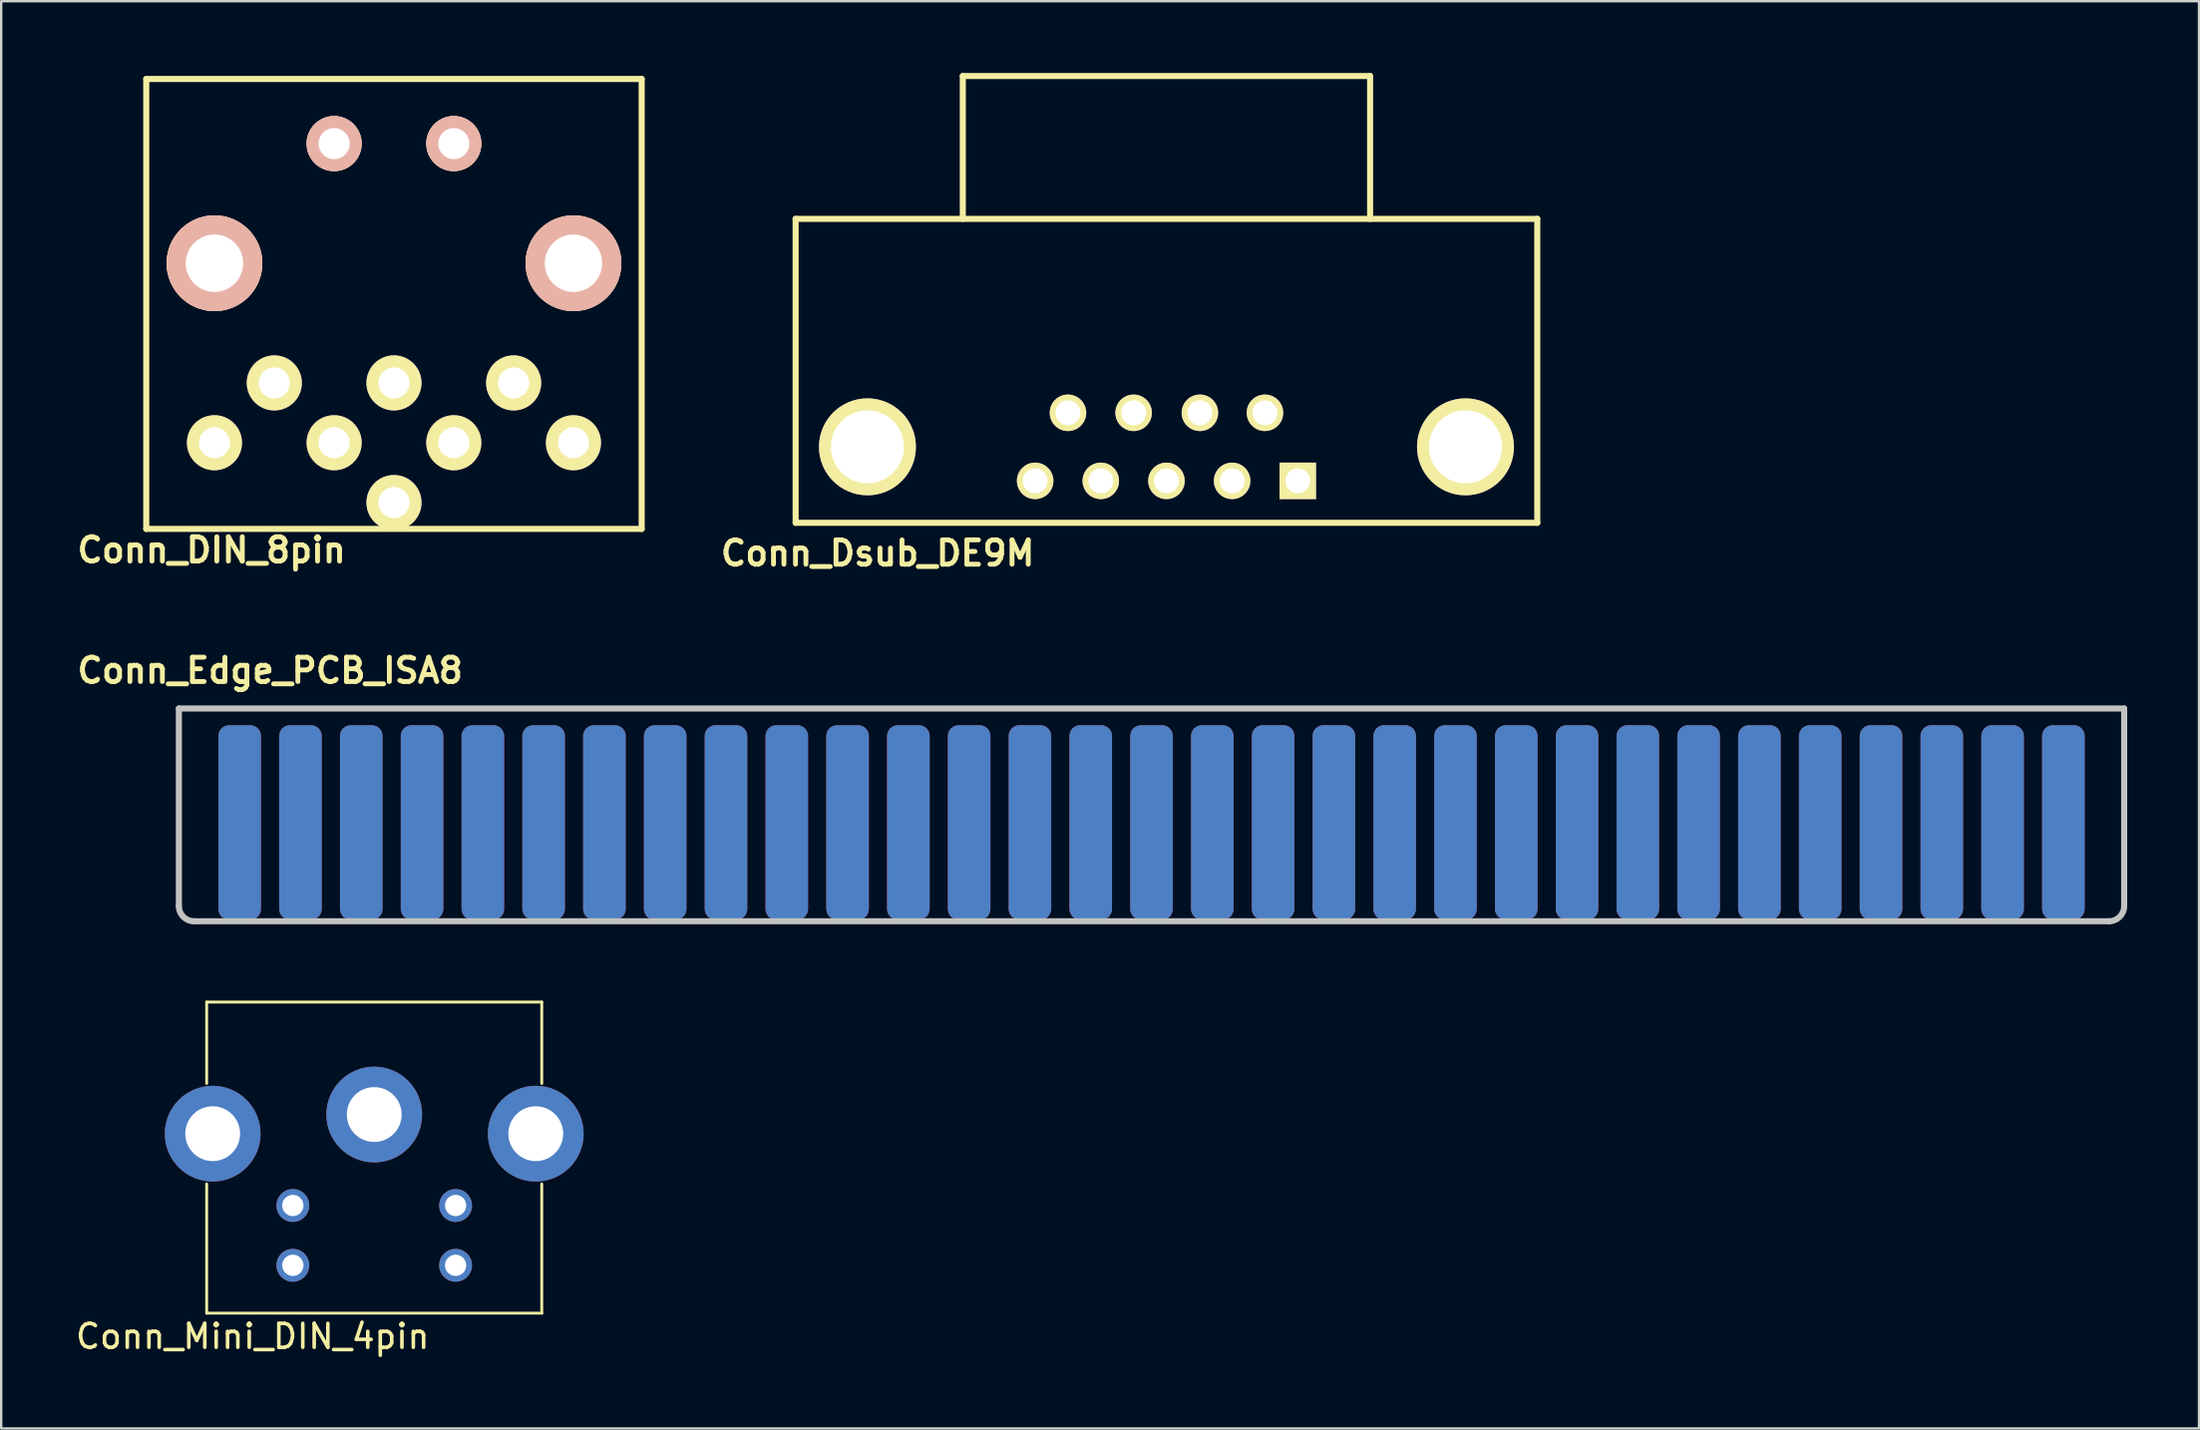
<source format=kicad_pcb>
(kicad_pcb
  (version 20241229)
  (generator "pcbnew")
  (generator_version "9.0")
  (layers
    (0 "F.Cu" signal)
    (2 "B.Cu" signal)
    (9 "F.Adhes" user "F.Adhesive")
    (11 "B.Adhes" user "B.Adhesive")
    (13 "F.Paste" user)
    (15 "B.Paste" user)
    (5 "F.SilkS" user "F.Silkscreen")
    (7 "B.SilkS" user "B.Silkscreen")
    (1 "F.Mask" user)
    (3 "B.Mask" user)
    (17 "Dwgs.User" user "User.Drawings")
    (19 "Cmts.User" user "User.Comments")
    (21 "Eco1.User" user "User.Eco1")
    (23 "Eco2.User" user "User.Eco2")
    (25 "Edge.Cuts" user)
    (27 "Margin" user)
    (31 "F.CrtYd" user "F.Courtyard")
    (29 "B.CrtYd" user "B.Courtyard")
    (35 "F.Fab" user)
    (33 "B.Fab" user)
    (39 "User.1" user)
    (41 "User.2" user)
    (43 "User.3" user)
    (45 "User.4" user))
  (footprint "Conn_Dsub_DE9M"
    (layer "F.Cu")
    (at 45.688 15.621)
    (property "Reference" "Conn_Dsub_DE9M" (at -12.065 4.445 0) (layer "F.SilkS") (effects (font (size 1.016 1.016) (thickness 0.203))))
    (attr through_hole)
    (fp_line (start -15.494 -9.525) (end 15.494 -9.525) (stroke (width 0.254) (type solid)) (layer "F.SilkS"))
    (fp_line (start -15.494 3.175) (end -15.494 -9.525) (stroke (width 0.254) (type solid)) (layer "F.SilkS"))
    (fp_line (start -15.494 3.175) (end 15.494 3.175) (stroke (width 0.254) (type solid)) (layer "F.SilkS"))
    (fp_line (start -8.509 -15.494) (end 8.509 -15.494) (stroke (width 0.254) (type solid)) (layer "F.SilkS"))
    (fp_line (start -8.509 -9.525) (end -8.509 -15.494) (stroke (width 0.254) (type solid)) (layer "F.SilkS"))
    (fp_line (start 8.509 -15.494) (end 8.509 -9.525) (stroke (width 0.254) (type solid)) (layer "F.SilkS"))
    (fp_line (start 15.494 -9.525) (end 15.494 3.175) (stroke (width 0.254) (type solid)) (layer "F.SilkS"))
    (pad "1" thru_hole rect (at 5.486 1.422) (size 1.524 1.524) (drill 1.041) (layers "*.Cu" "*.Mask" "F.SilkS"))
    (pad "2" thru_hole circle (at 2.743 1.422) (size 1.524 1.524) (drill 1.041) (layers "*.Cu" "*.Mask" "F.SilkS"))
    (pad "3" thru_hole circle (at 0 1.422) (size 1.524 1.524) (drill 1.041) (layers "*.Cu" "*.Mask" "F.SilkS"))
    (pad "4" thru_hole circle (at -2.743 1.422) (size 1.524 1.524) (drill 1.041) (layers "*.Cu" "*.Mask" "F.SilkS"))
    (pad "5" thru_hole circle (at -5.486 1.422) (size 1.524 1.524) (drill 1.041) (layers "*.Cu" "*.Mask" "F.SilkS"))
    (pad "6" thru_hole circle (at 4.115 -1.422) (size 1.524 1.524) (drill 1.041) (layers "*.Cu" "*.Mask" "F.SilkS"))
    (pad "7" thru_hole circle (at 1.397 -1.422) (size 1.524 1.524) (drill 1.041) (layers "*.Cu" "*.Mask" "F.SilkS"))
    (pad "8" thru_hole circle (at -1.372 -1.422) (size 1.524 1.524) (drill 1.041) (layers "*.Cu" "*.Mask" "F.SilkS"))
    (pad "9" thru_hole circle (at -4.115 -1.422) (size 1.524 1.524) (drill 1.041) (layers "*.Cu" "*.Mask" "F.SilkS"))
    (pad "GND" thru_hole circle (at -12.494 0) (size 4.049 4.049) (drill 3.051) (layers "*.Cu" "*.Mask" "F.SilkS"))
    (pad "GND" thru_hole circle (at 12.494 0) (size 4.049 4.049) (drill 3.051) (layers "*.Cu" "*.Mask" "F.SilkS")))
  (footprint "Conn_Edge_PCB_ISA8"
    (layer "F.Cu")
    (at 45.064 31.318)
    (property "Reference" "Conn_Edge_PCB_ISA8" (at -36.83 -6.35 0) (layer "F.SilkS") (effects (font (size 1.016 1.016) (thickness 0.203))))
    (attr through_hole)
    (fp_line (start -40.64 3.493) (end -40.64 -4.763) (stroke (width 0.254) (type solid)) (layer "Dwgs.User"))
    (fp_line (start 40.005 4.128) (end -40.005 4.128) (stroke (width 0.254) (type solid)) (layer "Dwgs.User"))
    (fp_line (start 40.64 -4.763) (end -40.64 -4.763) (stroke (width 0.254) (type solid)) (layer "Dwgs.User"))
    (fp_line (start 40.64 3.493) (end 40.64 -4.763) (stroke (width 0.254) (type solid)) (layer "Dwgs.User"))
    (fp_arc (start -40.005 4.1275) (mid -40.454013 3.941513) (end -40.64 3.4925) (stroke (width 0.254) (type solid)) (layer "Dwgs.User"))
    (fp_arc (start 40.64 3.4925) (mid 40.454013 3.941513) (end 40.005 4.1275) (stroke (width 0.254) (type solid)) (layer "Dwgs.User"))
    (pad "1" connect roundrect (at 38.1 0) (size 1.778 8.128) (layers "B.Cu" "B.Mask") (roundrect_rratio 0.25))
    (pad "2" connect roundrect (at 35.56 0) (size 1.778 8.128) (layers "B.Cu" "B.Mask") (roundrect_rratio 0.25))
    (pad "3" connect roundrect (at 33.02 0) (size 1.778 8.128) (layers "B.Cu" "B.Mask") (roundrect_rratio 0.25))
    (pad "4" connect roundrect (at 30.48 0) (size 1.778 8.128) (layers "B.Cu" "B.Mask") (roundrect_rratio 0.25))
    (pad "5" connect roundrect (at 27.94 0) (size 1.778 8.128) (layers "B.Cu" "B.Mask") (roundrect_rratio 0.25))
    (pad "6" connect roundrect (at 25.4 0) (size 1.778 8.128) (layers "B.Cu" "B.Mask") (roundrect_rratio 0.25))
    (pad "7" connect roundrect (at 22.86 0) (size 1.778 8.128) (layers "B.Cu" "B.Mask") (roundrect_rratio 0.25))
    (pad "8" connect roundrect (at 20.32 0) (size 1.778 8.128) (layers "B.Cu" "B.Mask") (roundrect_rratio 0.25))
    (pad "9" connect roundrect (at 17.78 0) (size 1.778 8.128) (layers "B.Cu" "B.Mask") (roundrect_rratio 0.25))
    (pad "10" connect roundrect (at 15.24 0) (size 1.778 8.128) (layers "B.Cu" "B.Mask") (roundrect_rratio 0.25))
    (pad "11" connect roundrect (at 12.7 0) (size 1.778 8.128) (layers "B.Cu" "B.Mask") (roundrect_rratio 0.25))
    (pad "12" connect roundrect (at 10.16 0) (size 1.778 8.128) (layers "B.Cu" "B.Mask") (roundrect_rratio 0.25))
    (pad "13" connect roundrect (at 7.62 0) (size 1.778 8.128) (layers "B.Cu" "B.Mask") (roundrect_rratio 0.25))
    (pad "14" connect roundrect (at 5.08 0) (size 1.778 8.128) (layers "B.Cu" "B.Mask") (roundrect_rratio 0.25))
    (pad "15" connect roundrect (at 2.54 0) (size 1.778 8.128) (layers "B.Cu" "B.Mask") (roundrect_rratio 0.25))
    (pad "16" connect roundrect (at 0 0) (size 1.778 8.128) (layers "B.Cu" "B.Mask") (roundrect_rratio 0.25))
    (pad "17" connect roundrect (at -2.54 0) (size 1.778 8.128) (layers "B.Cu" "B.Mask") (roundrect_rratio 0.25))
    (pad "18" connect roundrect (at -5.08 0) (size 1.778 8.128) (layers "B.Cu" "B.Mask") (roundrect_rratio 0.25))
    (pad "19" connect roundrect (at -7.62 0) (size 1.778 8.128) (layers "B.Cu" "B.Mask") (roundrect_rratio 0.25))
    (pad "20" connect roundrect (at -10.16 0) (size 1.778 8.128) (layers "B.Cu" "B.Mask") (roundrect_rratio 0.25))
    (pad "21" connect roundrect (at -12.7 0) (size 1.778 8.128) (layers "B.Cu" "B.Mask") (roundrect_rratio 0.25))
    (pad "22" connect roundrect (at -15.24 0) (size 1.778 8.128) (layers "B.Cu" "B.Mask") (roundrect_rratio 0.25))
    (pad "23" connect roundrect (at -17.78 0) (size 1.778 8.128) (layers "B.Cu" "B.Mask") (roundrect_rratio 0.25))
    (pad "24" connect roundrect (at -20.32 0) (size 1.778 8.128) (layers "B.Cu" "B.Mask") (roundrect_rratio 0.25))
    (pad "25" connect roundrect (at -22.86 0) (size 1.778 8.128) (layers "B.Cu" "B.Mask") (roundrect_rratio 0.25))
    (pad "26" connect roundrect (at -25.4 0) (size 1.778 8.128) (layers "B.Cu" "B.Mask") (roundrect_rratio 0.25))
    (pad "27" connect roundrect (at -27.94 0) (size 1.778 8.128) (layers "B.Cu" "B.Mask") (roundrect_rratio 0.25))
    (pad "28" connect roundrect (at -30.48 0) (size 1.778 8.128) (layers "B.Cu" "B.Mask") (roundrect_rratio 0.25))
    (pad "29" connect roundrect (at -33.02 0) (size 1.778 8.128) (layers "B.Cu" "B.Mask") (roundrect_rratio 0.25))
    (pad "30" connect roundrect (at -35.56 0) (size 1.778 8.128) (layers "B.Cu" "B.Mask") (roundrect_rratio 0.25))
    (pad "31" connect roundrect (at -38.1 0) (size 1.778 8.128) (layers "B.Cu" "B.Mask") (roundrect_rratio 0.25))
    (pad "32" connect roundrect (at 38.1 0) (size 1.778 8.128) (layers "F.Cu" "F.Mask") (roundrect_rratio 0.25))
    (pad "33" connect roundrect (at 35.56 0) (size 1.778 8.128) (layers "F.Cu" "F.Mask") (roundrect_rratio 0.25))
    (pad "34" connect roundrect (at 33.02 0) (size 1.778 8.128) (layers "F.Cu" "F.Mask") (roundrect_rratio 0.25))
    (pad "35" connect roundrect (at 30.48 0) (size 1.778 8.128) (layers "F.Cu" "F.Mask") (roundrect_rratio 0.25))
    (pad "36" connect roundrect (at 27.94 0) (size 1.778 8.128) (layers "F.Cu" "F.Mask") (roundrect_rratio 0.25))
    (pad "37" connect roundrect (at 25.4 0) (size 1.778 8.128) (layers "F.Cu" "F.Mask") (roundrect_rratio 0.25))
    (pad "38" connect roundrect (at 22.86 0) (size 1.778 8.128) (layers "F.Cu" "F.Mask") (roundrect_rratio 0.25))
    (pad "39" connect roundrect (at 20.32 0) (size 1.778 8.128) (layers "F.Cu" "F.Mask") (roundrect_rratio 0.25))
    (pad "40" connect roundrect (at 17.78 0) (size 1.778 8.128) (layers "F.Cu" "F.Mask") (roundrect_rratio 0.25))
    (pad "41" connect roundrect (at 15.24 0) (size 1.778 8.128) (layers "F.Cu" "F.Mask") (roundrect_rratio 0.25))
    (pad "42" connect roundrect (at 12.7 0) (size 1.778 8.128) (layers "F.Cu" "F.Mask") (roundrect_rratio 0.25))
    (pad "43" connect roundrect (at 10.16 0) (size 1.778 8.128) (layers "F.Cu" "F.Mask") (roundrect_rratio 0.25))
    (pad "44" connect roundrect (at 7.62 0) (size 1.778 8.128) (layers "F.Cu" "F.Mask") (roundrect_rratio 0.25))
    (pad "45" connect roundrect (at 5.08 0) (size 1.778 8.128) (layers "F.Cu" "F.Mask") (roundrect_rratio 0.25))
    (pad "46" connect roundrect (at 2.54 0) (size 1.778 8.128) (layers "F.Cu" "F.Mask") (roundrect_rratio 0.25))
    (pad "47" connect roundrect (at 0 0) (size 1.778 8.128) (layers "F.Cu" "F.Mask") (roundrect_rratio 0.25))
    (pad "48" connect roundrect (at -2.54 0) (size 1.778 8.128) (layers "F.Cu" "F.Mask") (roundrect_rratio 0.25))
    (pad "49" connect roundrect (at -5.08 0) (size 1.778 8.128) (layers "F.Cu" "F.Mask") (roundrect_rratio 0.25))
    (pad "50" connect roundrect (at -7.62 0) (size 1.778 8.128) (layers "F.Cu" "F.Mask") (roundrect_rratio 0.25))
    (pad "51" connect roundrect (at -10.16 0) (size 1.778 8.128) (layers "F.Cu" "F.Mask") (roundrect_rratio 0.25))
    (pad "52" connect roundrect (at -12.7 0) (size 1.778 8.128) (layers "F.Cu" "F.Mask") (roundrect_rratio 0.25))
    (pad "53" connect roundrect (at -15.24 0) (size 1.778 8.128) (layers "F.Cu" "F.Mask") (roundrect_rratio 0.25))
    (pad "54" connect roundrect (at -17.78 0) (size 1.778 8.128) (layers "F.Cu" "F.Mask") (roundrect_rratio 0.25))
    (pad "55" connect roundrect (at -20.32 0) (size 1.778 8.128) (layers "F.Cu" "F.Mask") (roundrect_rratio 0.25))
    (pad "56" connect roundrect (at -22.86 0) (size 1.778 8.128) (layers "F.Cu" "F.Mask") (roundrect_rratio 0.25))
    (pad "57" connect roundrect (at -25.4 0) (size 1.778 8.128) (layers "F.Cu" "F.Mask") (roundrect_rratio 0.25))
    (pad "58" connect roundrect (at -27.94 0) (size 1.778 8.128) (layers "F.Cu" "F.Mask") (roundrect_rratio 0.25))
    (pad "59" connect roundrect (at -30.48 0) (size 1.778 8.128) (layers "F.Cu" "F.Mask") (roundrect_rratio 0.25))
    (pad "60" connect roundrect (at -33.02 0) (size 1.778 8.128) (layers "F.Cu" "F.Mask") (roundrect_rratio 0.25))
    (pad "61" connect roundrect (at -35.56 0) (size 1.778 8.128) (layers "F.Cu" "F.Mask") (roundrect_rratio 0.25))
    (pad "62" connect roundrect (at -38.1 0) (size 1.778 8.128) (layers "F.Cu" "F.Mask") (roundrect_rratio 0.25)))
  (footprint "Conn_Mini_DIN_4pin"
    (layer "F.Cu")
    (at 12.586 38.822)
    (property "Reference" "Conn_Mini_DIN_4pin" (at -5.08 13.97 0) (layer "F.SilkS") (effects (font (size 1 1) (thickness 0.15))))
    (attr through_hole)
    (fp_line (start -7 0) (end -7 3.4) (stroke (width 0.12) (type solid)) (layer "F.SilkS"))
    (fp_line (start -7 0) (end 7 0) (stroke (width 0.12) (type solid)) (layer "F.SilkS"))
    (fp_line (start -7 13) (end -7 7.6) (stroke (width 0.12) (type solid)) (layer "F.SilkS"))
    (fp_line (start 7 0) (end 7 3.4) (stroke (width 0.12) (type solid)) (layer "F.SilkS"))
    (fp_line (start 7 13) (end -7 13) (stroke (width 0.12) (type solid)) (layer "F.SilkS"))
    (fp_line (start 7 13) (end 7 7.6) (stroke (width 0.12) (type solid)) (layer "F.SilkS"))
    (pad "1" thru_hole circle (at -3.4 8.5 180) (size 1.372 1.372) (drill 0.889) (layers "*.Cu" "*.Mask"))
    (pad "2" thru_hole circle (at 3.4 8.5 180) (size 1.372 1.372) (drill 0.889) (layers "*.Cu" "*.Mask"))
    (pad "3" thru_hole circle (at -3.4 11 180) (size 1.372 1.372) (drill 0.889) (layers "*.Cu" "*.Mask"))
    (pad "4" thru_hole circle (at 3.4 11 180) (size 1.372 1.372) (drill 0.889) (layers "*.Cu" "*.Mask"))
    (pad "~" thru_hole circle (at -6.75 5.5 180) (size 4 4) (drill 2.291) (layers "*.Cu" "*.Mask"))
    (pad "~" thru_hole circle (at 0 4.7 180) (size 4 4) (drill 2.291) (layers "*.Cu" "*.Mask"))
    (pad "~" thru_hole circle (at 6.75 5.5 180) (size 4 4) (drill 2.291) (layers "*.Cu" "*.Mask")))
  (footprint "Conn_DIN_8pin"
    (layer "F.Cu")
    (at 13.411 0.25)
    (property "Reference" "Conn_DIN_8pin" (at -7.62 19.685 0) (layer "F.SilkS") (effects (font (size 1.016 1.016) (thickness 0.203))))
    (attr through_hole)
    (fp_line (start -10.35 0) (end 10.35 0) (stroke (width 0.254) (type solid)) (layer "F.SilkS"))
    (fp_line (start -10.35 18.8) (end -10.35 0) (stroke (width 0.254) (type solid)) (layer "F.SilkS"))
    (fp_line (start 10.35 0) (end 10.35 18.8) (stroke (width 0.254) (type solid)) (layer "F.SilkS"))
    (fp_line (start 10.35 18.8) (end -10.35 18.8) (stroke (width 0.254) (type solid)) (layer "F.SilkS"))
    (pad "1" thru_hole circle (at -5 12.7 180) (size 2.3 2.3) (drill 1.3) (layers "*.Cu" "*.Mask" "F.SilkS"))
    (pad "2" thru_hole circle (at 0 12.7 180) (size 2.3 2.3) (drill 1.3) (layers "*.Cu" "*.Mask" "F.SilkS"))
    (pad "3" thru_hole circle (at 5 12.7 180) (size 2.3 2.3) (drill 1.3) (layers "*.Cu" "*.Mask" "F.SilkS"))
    (pad "4" thru_hole circle (at -2.5 15.2 180) (size 2.3 2.3) (drill 1.3) (layers "*.Cu" "*.Mask" "F.SilkS"))
    (pad "5" thru_hole circle (at 2.5 15.2 180) (size 2.3 2.3) (drill 1.3) (layers "*.Cu" "*.Mask" "F.SilkS"))
    (pad "6" thru_hole circle (at -7.5 15.2 180) (size 2.3 2.3) (drill 1.3) (layers "*.Cu" "*.Mask" "F.SilkS"))
    (pad "7" thru_hole circle (at 7.5 15.2 180) (size 2.3 2.3) (drill 1.3) (layers "*.Cu" "*.Mask" "F.SilkS"))
    (pad "8" thru_hole circle (at 0 17.7 180) (size 2.3 2.3) (drill 1.3) (layers "*.Cu" "*.Mask" "F.SilkS"))
    (pad "~" thru_hole circle (at -7.5 7.7 180) (size 4 4) (drill 2.4) (layers "*.Cu" "*.SilkS" "*.Mask"))
    (pad "~" thru_hole circle (at -2.5 2.7 180) (size 2.3 2.3) (drill 1.3) (layers "*.Cu" "*.SilkS" "*.Mask"))
    (pad "~" thru_hole circle (at 2.5 2.7 180) (size 2.3 2.3) (drill 1.3) (layers "*.Cu" "*.SilkS" "*.Mask"))
    (pad "~" thru_hole circle (at 7.5 7.7 180) (size 4 4) (drill 2.4) (layers "*.Cu" "*.SilkS" "*.Mask")))
  (gr_rect
    (start -3 -3)
    (end 88.831 56.641)
    (stroke (width 0.1) (type default))
    (fill no)
    (layer "Edge.Cuts")))
</source>
